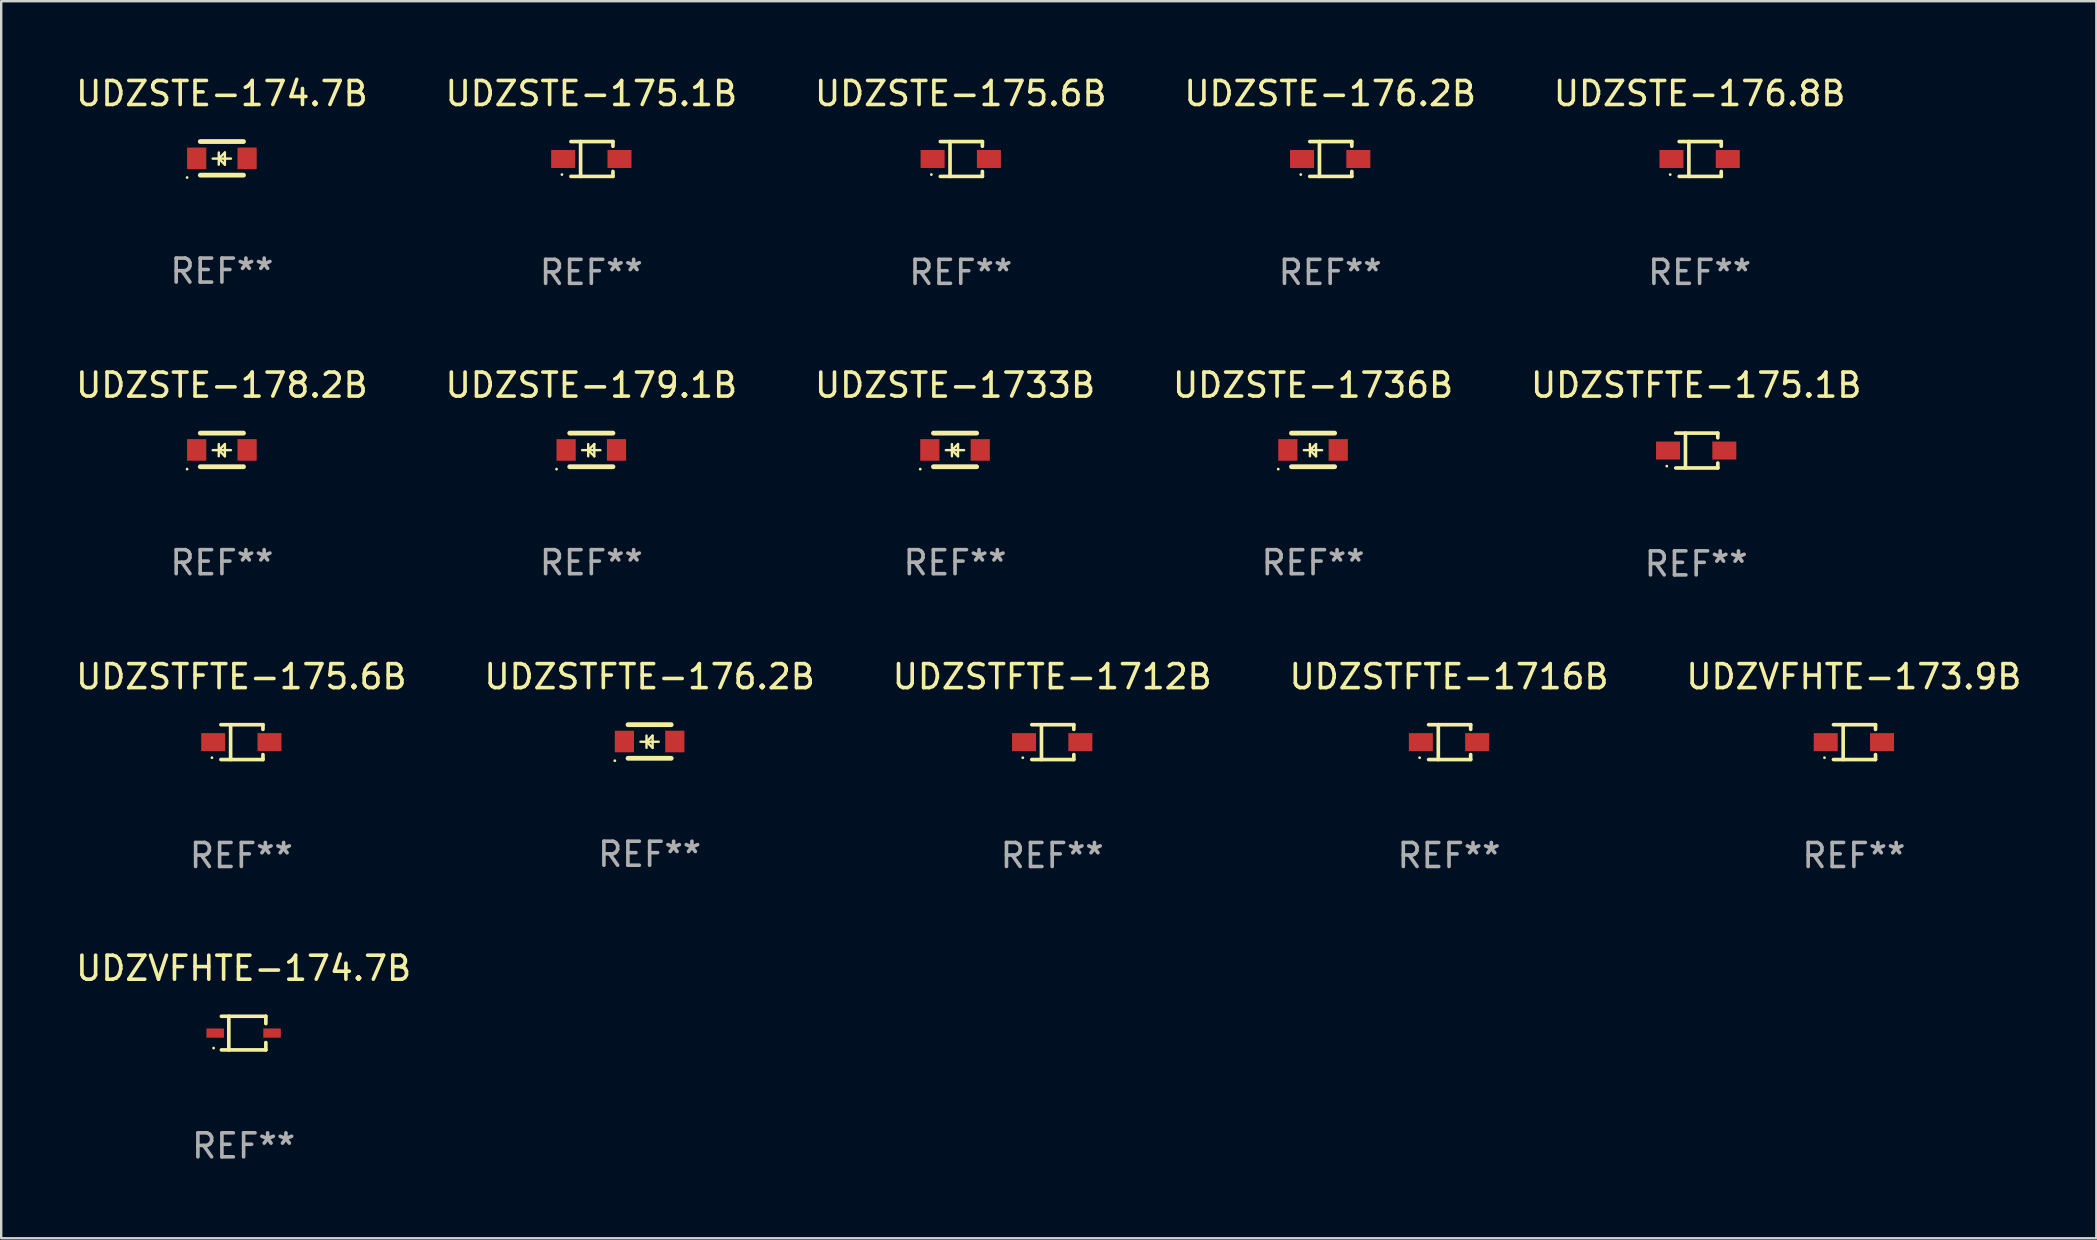
<source format=kicad_pcb>
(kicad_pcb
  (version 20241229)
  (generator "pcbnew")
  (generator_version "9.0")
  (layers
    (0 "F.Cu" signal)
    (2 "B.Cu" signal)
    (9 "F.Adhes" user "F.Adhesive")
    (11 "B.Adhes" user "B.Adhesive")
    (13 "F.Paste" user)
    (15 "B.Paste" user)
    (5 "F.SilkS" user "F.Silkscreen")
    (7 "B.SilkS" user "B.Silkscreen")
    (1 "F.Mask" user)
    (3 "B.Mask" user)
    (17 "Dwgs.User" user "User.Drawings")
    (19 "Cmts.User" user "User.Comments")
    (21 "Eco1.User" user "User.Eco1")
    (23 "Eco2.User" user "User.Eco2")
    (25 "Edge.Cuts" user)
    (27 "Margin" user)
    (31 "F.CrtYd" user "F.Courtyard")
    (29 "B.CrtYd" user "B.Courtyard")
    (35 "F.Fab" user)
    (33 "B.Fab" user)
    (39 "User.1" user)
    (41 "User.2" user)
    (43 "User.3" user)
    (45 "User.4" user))
  (footprint "UDZSTE-1733B"
    (layer "F.Cu")
    (at 36.744 15.697)
    (property "Reference" "UDZSTE-1733B" (at 0 -2.7 0) (layer "F.SilkS") (effects (font (size 1 1) (thickness 0.15))))
    (attr through_hole)
    (fp_line (start -0.9 -0.7) (end 0.9 -0.7) (stroke (width 0.2) (type solid)) (layer "F.SilkS"))
    (fp_line (start -0.9 0.7) (end 0.9 0.7) (stroke (width 0.2) (type solid)) (layer "F.SilkS"))
    (fp_line (start -0.13 0.01) (end 0.124 0.264) (stroke (width 0.1) (type solid)) (layer "F.SilkS"))
    (fp_line (start -0.13 0.264) (end -0.13 -0.244) (stroke (width 0.1) (type solid)) (layer "F.SilkS"))
    (fp_line (start 0.124 -0.244) (end -0.13 0.01) (stroke (width 0.1) (type solid)) (layer "F.SilkS"))
    (fp_line (start 0.124 0.264) (end 0.124 -0.244) (stroke (width 0.1) (type solid)) (layer "F.SilkS"))
    (fp_line (start 0.378 0.01) (end -0.384 0.01) (stroke (width 0.1) (type solid)) (layer "F.SilkS"))
    (fp_circle (center -1.45 0.8) (end -1.42 0.8) (stroke (width 0.06) (type solid)) (fill no) (layer "F.SilkS"))
    (fp_text user "REF**" (at 0 4.7 0) (layer "F.Fab") (effects (font (size 1 1) (thickness 0.15))))
    (pad "1" smd rect (at -1.05 0 270) (size 0.9 0.8) (layers "F.Cu" "F.Mask" "F.Paste"))
    (pad "2" smd rect (at 1.05 0 270) (size 0.9 0.8) (layers "F.Cu" "F.Mask" "F.Paste")))
  (footprint "UDZSTE-175.6B"
    (layer "F.Cu")
    (at 36.982 3.574)
    (property "Reference" "UDZSTE-175.6B" (at 0 -2.726 0) (layer "F.SilkS") (effects (font (size 1 1) (thickness 0.15))))
    (attr through_hole)
    (fp_line (start -0.851 -0.726) (end 0.901 -0.726) (stroke (width 0.152) (type solid)) (layer "F.SilkS"))
    (fp_line (start -0.851 0.726) (end 0.901 0.726) (stroke (width 0.152) (type solid)) (layer "F.SilkS"))
    (fp_line (start -0.447 -0.726) (end -0.447 0.726) (stroke (width 0.152) (type solid)) (layer "F.SilkS"))
    (fp_line (start 0.901 -0.726) (end 0.901 -0.53) (stroke (width 0.152) (type solid)) (layer "F.SilkS"))
    (fp_line (start 0.901 0.726) (end 0.901 0.52) (stroke (width 0.152) (type solid)) (layer "F.SilkS"))
    (fp_circle (center -1.225 0.65) (end -1.195 0.65) (stroke (width 0.06) (type solid)) (fill no) (layer "F.SilkS"))
    (fp_text user "REF**" (at 0 4.726 0) (layer "F.Fab") (effects (font (size 1 1) (thickness 0.15))))
    (pad "1" smd rect (at -1.173 0) (size 1 0.75) (layers "F.Cu" "F.Mask" "F.Paste"))
    (pad "2" smd rect (at 1.173 0) (size 1 0.75) (layers "F.Cu" "F.Mask" "F.Paste")))
  (footprint "UDZVFHTE-174.7B"
    (layer "F.Cu")
    (at 7.101 39.996)
    (property "Reference" "UDZVFHTE-174.7B" (at 0 -2.701 0) (layer "F.SilkS") (effects (font (size 1 1) (thickness 0.15))))
    (attr through_hole)
    (fp_line (start -0.926 -0.701) (end 0.926 -0.701) (stroke (width 0.152) (type solid)) (layer "F.SilkS"))
    (fp_line (start -0.926 0.701) (end 0.926 0.701) (stroke (width 0.152) (type solid)) (layer "F.SilkS"))
    (fp_line (start -0.617 -0.701) (end -0.617 0.701) (stroke (width 0.152) (type solid)) (layer "F.SilkS"))
    (fp_line (start 0.926 -0.701) (end 0.926 -0.396) (stroke (width 0.152) (type solid)) (layer "F.SilkS"))
    (fp_line (start 0.926 0.701) (end 0.926 0.396) (stroke (width 0.152) (type solid)) (layer "F.SilkS"))
    (fp_circle (center -1.25 0.625) (end -1.22 0.625) (stroke (width 0.06) (type solid)) (fill no) (layer "F.SilkS"))
    (fp_text user "REF**" (at 0 4.701 0) (layer "F.Fab") (effects (font (size 1 1) (thickness 0.15))))
    (pad "1" smd rect (at -1.185 0 180) (size 0.73 0.385) (layers "F.Cu" "F.Mask" "F.Paste"))
    (pad "2" smd rect (at 1.185 0 180) (size 0.73 0.385) (layers "F.Cu" "F.Mask" "F.Paste")))
  (footprint "UDZSTFTE-175.1B"
    (layer "F.Cu")
    (at 67.625 15.723)
    (property "Reference" "UDZSTFTE-175.1B" (at 0 -2.726 0) (layer "F.SilkS") (effects (font (size 1 1) (thickness 0.15))))
    (attr through_hole)
    (fp_line (start -0.851 -0.726) (end 0.901 -0.726) (stroke (width 0.152) (type solid)) (layer "F.SilkS"))
    (fp_line (start -0.851 0.726) (end 0.901 0.726) (stroke (width 0.152) (type solid)) (layer "F.SilkS"))
    (fp_line (start -0.447 -0.726) (end -0.447 0.726) (stroke (width 0.152) (type solid)) (layer "F.SilkS"))
    (fp_line (start 0.901 -0.726) (end 0.901 -0.53) (stroke (width 0.152) (type solid)) (layer "F.SilkS"))
    (fp_line (start 0.901 0.726) (end 0.901 0.52) (stroke (width 0.152) (type solid)) (layer "F.SilkS"))
    (fp_circle (center -1.225 0.65) (end -1.195 0.65) (stroke (width 0.06) (type solid)) (fill no) (layer "F.SilkS"))
    (fp_text user "REF**" (at 0 4.726 0) (layer "F.Fab") (effects (font (size 1 1) (thickness 0.15))))
    (pad "1" smd rect (at -1.173 0) (size 1 0.75) (layers "F.Cu" "F.Mask" "F.Paste"))
    (pad "2" smd rect (at 1.173 0) (size 1 0.75) (layers "F.Cu" "F.Mask" "F.Paste")))
  (footprint "UDZVFHTE-173.9B"
    (layer "F.Cu")
    (at 74.196 27.872)
    (property "Reference" "UDZVFHTE-173.9B" (at 0 -2.726 0) (layer "F.SilkS") (effects (font (size 1 1) (thickness 0.15))))
    (attr through_hole)
    (fp_line (start -0.851 -0.726) (end 0.901 -0.726) (stroke (width 0.152) (type solid)) (layer "F.SilkS"))
    (fp_line (start -0.851 0.726) (end 0.901 0.726) (stroke (width 0.152) (type solid)) (layer "F.SilkS"))
    (fp_line (start -0.447 -0.726) (end -0.447 0.726) (stroke (width 0.152) (type solid)) (layer "F.SilkS"))
    (fp_line (start 0.901 -0.726) (end 0.901 -0.53) (stroke (width 0.152) (type solid)) (layer "F.SilkS"))
    (fp_line (start 0.901 0.726) (end 0.901 0.52) (stroke (width 0.152) (type solid)) (layer "F.SilkS"))
    (fp_circle (center -1.225 0.65) (end -1.195 0.65) (stroke (width 0.06) (type solid)) (fill no) (layer "F.SilkS"))
    (fp_text user "REF**" (at 0 4.726 0) (layer "F.Fab") (effects (font (size 1 1) (thickness 0.15))))
    (pad "1" smd rect (at -1.173 0) (size 1 0.75) (layers "F.Cu" "F.Mask" "F.Paste"))
    (pad "2" smd rect (at 1.173 0) (size 1 0.75) (layers "F.Cu" "F.Mask" "F.Paste")))
  (footprint "UDZSTE-174.7B"
    (layer "F.Cu")
    (at 6.196 3.548)
    (property "Reference" "UDZSTE-174.7B" (at 0 -2.7 0) (layer "F.SilkS") (effects (font (size 1 1) (thickness 0.15))))
    (attr through_hole)
    (fp_line (start -0.9 -0.7) (end 0.9 -0.7) (stroke (width 0.2) (type solid)) (layer "F.SilkS"))
    (fp_line (start -0.9 0.7) (end 0.9 0.7) (stroke (width 0.2) (type solid)) (layer "F.SilkS"))
    (fp_line (start -0.13 0.01) (end 0.124 0.264) (stroke (width 0.1) (type solid)) (layer "F.SilkS"))
    (fp_line (start -0.13 0.264) (end -0.13 -0.244) (stroke (width 0.1) (type solid)) (layer "F.SilkS"))
    (fp_line (start 0.124 -0.244) (end -0.13 0.01) (stroke (width 0.1) (type solid)) (layer "F.SilkS"))
    (fp_line (start 0.124 0.264) (end 0.124 -0.244) (stroke (width 0.1) (type solid)) (layer "F.SilkS"))
    (fp_line (start 0.378 0.01) (end -0.384 0.01) (stroke (width 0.1) (type solid)) (layer "F.SilkS"))
    (fp_circle (center -1.45 0.8) (end -1.42 0.8) (stroke (width 0.06) (type solid)) (fill no) (layer "F.SilkS"))
    (fp_text user "REF**" (at 0 4.7 0) (layer "F.Fab") (effects (font (size 1 1) (thickness 0.15))))
    (pad "1" smd rect (at -1.05 0 270) (size 0.9 0.8) (layers "F.Cu" "F.Mask" "F.Paste"))
    (pad "2" smd rect (at 1.05 0 270) (size 0.9 0.8) (layers "F.Cu" "F.Mask" "F.Paste")))
  (footprint "UDZSTE-175.1B"
    (layer "F.Cu")
    (at 21.589 3.574)
    (property "Reference" "UDZSTE-175.1B" (at 0 -2.726 0) (layer "F.SilkS") (effects (font (size 1 1) (thickness 0.15))))
    (attr through_hole)
    (fp_line (start -0.851 -0.726) (end 0.901 -0.726) (stroke (width 0.152) (type solid)) (layer "F.SilkS"))
    (fp_line (start -0.851 0.726) (end 0.901 0.726) (stroke (width 0.152) (type solid)) (layer "F.SilkS"))
    (fp_line (start -0.447 -0.726) (end -0.447 0.726) (stroke (width 0.152) (type solid)) (layer "F.SilkS"))
    (fp_line (start 0.901 -0.726) (end 0.901 -0.53) (stroke (width 0.152) (type solid)) (layer "F.SilkS"))
    (fp_line (start 0.901 0.726) (end 0.901 0.52) (stroke (width 0.152) (type solid)) (layer "F.SilkS"))
    (fp_circle (center -1.225 0.65) (end -1.195 0.65) (stroke (width 0.06) (type solid)) (fill no) (layer "F.SilkS"))
    (fp_text user "REF**" (at 0 4.726 0) (layer "F.Fab") (effects (font (size 1 1) (thickness 0.15))))
    (pad "1" smd rect (at -1.173 0) (size 1 0.75) (layers "F.Cu" "F.Mask" "F.Paste"))
    (pad "2" smd rect (at 1.173 0) (size 1 0.75) (layers "F.Cu" "F.Mask" "F.Paste")))
  (footprint "UDZSTFTE-1716B"
    (layer "F.Cu")
    (at 57.327 27.872)
    (property "Reference" "UDZSTFTE-1716B" (at 0 -2.726 0) (layer "F.SilkS") (effects (font (size 1 1) (thickness 0.15))))
    (attr through_hole)
    (fp_line (start -0.851 -0.726) (end 0.901 -0.726) (stroke (width 0.152) (type solid)) (layer "F.SilkS"))
    (fp_line (start -0.851 0.726) (end 0.901 0.726) (stroke (width 0.152) (type solid)) (layer "F.SilkS"))
    (fp_line (start -0.447 -0.726) (end -0.447 0.726) (stroke (width 0.152) (type solid)) (layer "F.SilkS"))
    (fp_line (start 0.901 -0.726) (end 0.901 -0.53) (stroke (width 0.152) (type solid)) (layer "F.SilkS"))
    (fp_line (start 0.901 0.726) (end 0.901 0.52) (stroke (width 0.152) (type solid)) (layer "F.SilkS"))
    (fp_circle (center -1.225 0.65) (end -1.195 0.65) (stroke (width 0.06) (type solid)) (fill no) (layer "F.SilkS"))
    (fp_text user "REF**" (at 0 4.726 0) (layer "F.Fab") (effects (font (size 1 1) (thickness 0.15))))
    (pad "1" smd rect (at -1.173 0) (size 1 0.75) (layers "F.Cu" "F.Mask" "F.Paste"))
    (pad "2" smd rect (at 1.173 0) (size 1 0.75) (layers "F.Cu" "F.Mask" "F.Paste")))
  (footprint "UDZSTE-179.1B"
    (layer "F.Cu")
    (at 21.589 15.697)
    (property "Reference" "UDZSTE-179.1B" (at 0 -2.7 0) (layer "F.SilkS") (effects (font (size 1 1) (thickness 0.15))))
    (attr through_hole)
    (fp_line (start -0.9 -0.7) (end 0.9 -0.7) (stroke (width 0.2) (type solid)) (layer "F.SilkS"))
    (fp_line (start -0.9 0.7) (end 0.9 0.7) (stroke (width 0.2) (type solid)) (layer "F.SilkS"))
    (fp_line (start -0.13 0.01) (end 0.124 0.264) (stroke (width 0.1) (type solid)) (layer "F.SilkS"))
    (fp_line (start -0.13 0.264) (end -0.13 -0.244) (stroke (width 0.1) (type solid)) (layer "F.SilkS"))
    (fp_line (start 0.124 -0.244) (end -0.13 0.01) (stroke (width 0.1) (type solid)) (layer "F.SilkS"))
    (fp_line (start 0.124 0.264) (end 0.124 -0.244) (stroke (width 0.1) (type solid)) (layer "F.SilkS"))
    (fp_line (start 0.378 0.01) (end -0.384 0.01) (stroke (width 0.1) (type solid)) (layer "F.SilkS"))
    (fp_circle (center -1.45 0.8) (end -1.42 0.8) (stroke (width 0.06) (type solid)) (fill no) (layer "F.SilkS"))
    (fp_text user "REF**" (at 0 4.7 0) (layer "F.Fab") (effects (font (size 1 1) (thickness 0.15))))
    (pad "1" smd rect (at -1.05 0 270) (size 0.9 0.8) (layers "F.Cu" "F.Mask" "F.Paste"))
    (pad "2" smd rect (at 1.05 0 270) (size 0.9 0.8) (layers "F.Cu" "F.Mask" "F.Paste")))
  (footprint "UDZSTFTE-175.6B"
    (layer "F.Cu")
    (at 7.006 27.872)
    (property "Reference" "UDZSTFTE-175.6B" (at 0 -2.726 0) (layer "F.SilkS") (effects (font (size 1 1) (thickness 0.15))))
    (attr through_hole)
    (fp_line (start -0.851 -0.726) (end 0.901 -0.726) (stroke (width 0.152) (type solid)) (layer "F.SilkS"))
    (fp_line (start -0.851 0.726) (end 0.901 0.726) (stroke (width 0.152) (type solid)) (layer "F.SilkS"))
    (fp_line (start -0.447 -0.726) (end -0.447 0.726) (stroke (width 0.152) (type solid)) (layer "F.SilkS"))
    (fp_line (start 0.901 -0.726) (end 0.901 -0.53) (stroke (width 0.152) (type solid)) (layer "F.SilkS"))
    (fp_line (start 0.901 0.726) (end 0.901 0.52) (stroke (width 0.152) (type solid)) (layer "F.SilkS"))
    (fp_circle (center -1.225 0.65) (end -1.195 0.65) (stroke (width 0.06) (type solid)) (fill no) (layer "F.SilkS"))
    (fp_text user "REF**" (at 0 4.726 0) (layer "F.Fab") (effects (font (size 1 1) (thickness 0.15))))
    (pad "1" smd rect (at -1.173 0) (size 1 0.75) (layers "F.Cu" "F.Mask" "F.Paste"))
    (pad "2" smd rect (at 1.173 0) (size 1 0.75) (layers "F.Cu" "F.Mask" "F.Paste")))
  (footprint "UDZSTE-176.8B"
    (layer "F.Cu")
    (at 67.768 3.574)
    (property "Reference" "UDZSTE-176.8B" (at 0 -2.726 0) (layer "F.SilkS") (effects (font (size 1 1) (thickness 0.15))))
    (attr through_hole)
    (fp_line (start -0.851 -0.726) (end 0.901 -0.726) (stroke (width 0.152) (type solid)) (layer "F.SilkS"))
    (fp_line (start -0.851 0.726) (end 0.901 0.726) (stroke (width 0.152) (type solid)) (layer "F.SilkS"))
    (fp_line (start -0.447 -0.726) (end -0.447 0.726) (stroke (width 0.152) (type solid)) (layer "F.SilkS"))
    (fp_line (start 0.901 -0.726) (end 0.901 -0.53) (stroke (width 0.152) (type solid)) (layer "F.SilkS"))
    (fp_line (start 0.901 0.726) (end 0.901 0.52) (stroke (width 0.152) (type solid)) (layer "F.SilkS"))
    (fp_circle (center -1.225 0.65) (end -1.195 0.65) (stroke (width 0.06) (type solid)) (fill no) (layer "F.SilkS"))
    (fp_text user "REF**" (at 0 4.726 0) (layer "F.Fab") (effects (font (size 1 1) (thickness 0.15))))
    (pad "1" smd rect (at -1.173 0) (size 1 0.75) (layers "F.Cu" "F.Mask" "F.Paste"))
    (pad "2" smd rect (at 1.173 0) (size 1 0.75) (layers "F.Cu" "F.Mask" "F.Paste")))
  (footprint "UDZSTE-178.2B"
    (layer "F.Cu")
    (at 6.196 15.697)
    (property "Reference" "UDZSTE-178.2B" (at 0 -2.7 0) (layer "F.SilkS") (effects (font (size 1 1) (thickness 0.15))))
    (attr through_hole)
    (fp_line (start -0.9 -0.7) (end 0.9 -0.7) (stroke (width 0.2) (type solid)) (layer "F.SilkS"))
    (fp_line (start -0.9 0.7) (end 0.9 0.7) (stroke (width 0.2) (type solid)) (layer "F.SilkS"))
    (fp_line (start -0.13 0.01) (end 0.124 0.264) (stroke (width 0.1) (type solid)) (layer "F.SilkS"))
    (fp_line (start -0.13 0.264) (end -0.13 -0.244) (stroke (width 0.1) (type solid)) (layer "F.SilkS"))
    (fp_line (start 0.124 -0.244) (end -0.13 0.01) (stroke (width 0.1) (type solid)) (layer "F.SilkS"))
    (fp_line (start 0.124 0.264) (end 0.124 -0.244) (stroke (width 0.1) (type solid)) (layer "F.SilkS"))
    (fp_line (start 0.378 0.01) (end -0.384 0.01) (stroke (width 0.1) (type solid)) (layer "F.SilkS"))
    (fp_circle (center -1.45 0.8) (end -1.42 0.8) (stroke (width 0.06) (type solid)) (fill no) (layer "F.SilkS"))
    (fp_text user "REF**" (at 0 4.7 0) (layer "F.Fab") (effects (font (size 1 1) (thickness 0.15))))
    (pad "1" smd rect (at -1.05 0 270) (size 0.9 0.8) (layers "F.Cu" "F.Mask" "F.Paste"))
    (pad "2" smd rect (at 1.05 0 270) (size 0.9 0.8) (layers "F.Cu" "F.Mask" "F.Paste")))
  (footprint "UDZSTFTE-176.2B"
    (layer "F.Cu")
    (at 24.018 27.846)
    (property "Reference" "UDZSTFTE-176.2B" (at 0 -2.7 0) (layer "F.SilkS") (effects (font (size 1 1) (thickness 0.15))))
    (attr through_hole)
    (fp_line (start -0.9 -0.7) (end 0.9 -0.7) (stroke (width 0.2) (type solid)) (layer "F.SilkS"))
    (fp_line (start -0.9 0.7) (end 0.9 0.7) (stroke (width 0.2) (type solid)) (layer "F.SilkS"))
    (fp_line (start -0.13 0.01) (end 0.124 0.264) (stroke (width 0.1) (type solid)) (layer "F.SilkS"))
    (fp_line (start -0.13 0.264) (end -0.13 -0.244) (stroke (width 0.1) (type solid)) (layer "F.SilkS"))
    (fp_line (start 0.124 -0.244) (end -0.13 0.01) (stroke (width 0.1) (type solid)) (layer "F.SilkS"))
    (fp_line (start 0.124 0.264) (end 0.124 -0.244) (stroke (width 0.1) (type solid)) (layer "F.SilkS"))
    (fp_line (start 0.378 0.01) (end -0.384 0.01) (stroke (width 0.1) (type solid)) (layer "F.SilkS"))
    (fp_circle (center -1.45 0.8) (end -1.42 0.8) (stroke (width 0.06) (type solid)) (fill no) (layer "F.SilkS"))
    (fp_text user "REF**" (at 0 4.7 0) (layer "F.Fab") (effects (font (size 1 1) (thickness 0.15))))
    (pad "1" smd rect (at -1.05 0 270) (size 0.9 0.8) (layers "F.Cu" "F.Mask" "F.Paste"))
    (pad "2" smd rect (at 1.05 0 270) (size 0.9 0.8) (layers "F.Cu" "F.Mask" "F.Paste")))
  (footprint "UDZSTE-1736B"
    (layer "F.Cu")
    (at 51.661 15.697)
    (property "Reference" "UDZSTE-1736B" (at 0 -2.7 0) (layer "F.SilkS") (effects (font (size 1 1) (thickness 0.15))))
    (attr through_hole)
    (fp_line (start -0.9 -0.7) (end 0.9 -0.7) (stroke (width 0.2) (type solid)) (layer "F.SilkS"))
    (fp_line (start -0.9 0.7) (end 0.9 0.7) (stroke (width 0.2) (type solid)) (layer "F.SilkS"))
    (fp_line (start -0.13 0.01) (end 0.124 0.264) (stroke (width 0.1) (type solid)) (layer "F.SilkS"))
    (fp_line (start -0.13 0.264) (end -0.13 -0.244) (stroke (width 0.1) (type solid)) (layer "F.SilkS"))
    (fp_line (start 0.124 -0.244) (end -0.13 0.01) (stroke (width 0.1) (type solid)) (layer "F.SilkS"))
    (fp_line (start 0.124 0.264) (end 0.124 -0.244) (stroke (width 0.1) (type solid)) (layer "F.SilkS"))
    (fp_line (start 0.378 0.01) (end -0.384 0.01) (stroke (width 0.1) (type solid)) (layer "F.SilkS"))
    (fp_circle (center -1.45 0.8) (end -1.42 0.8) (stroke (width 0.06) (type solid)) (fill no) (layer "F.SilkS"))
    (fp_text user "REF**" (at 0 4.7 0) (layer "F.Fab") (effects (font (size 1 1) (thickness 0.15))))
    (pad "1" smd rect (at -1.05 0 270) (size 0.9 0.8) (layers "F.Cu" "F.Mask" "F.Paste"))
    (pad "2" smd rect (at 1.05 0 270) (size 0.9 0.8) (layers "F.Cu" "F.Mask" "F.Paste")))
  (footprint "UDZSTFTE-1712B"
    (layer "F.Cu")
    (at 40.792 27.872)
    (property "Reference" "UDZSTFTE-1712B" (at 0 -2.726 0) (layer "F.SilkS") (effects (font (size 1 1) (thickness 0.15))))
    (attr through_hole)
    (fp_line (start -0.851 -0.726) (end 0.901 -0.726) (stroke (width 0.152) (type solid)) (layer "F.SilkS"))
    (fp_line (start -0.851 0.726) (end 0.901 0.726) (stroke (width 0.152) (type solid)) (layer "F.SilkS"))
    (fp_line (start -0.447 -0.726) (end -0.447 0.726) (stroke (width 0.152) (type solid)) (layer "F.SilkS"))
    (fp_line (start 0.901 -0.726) (end 0.901 -0.53) (stroke (width 0.152) (type solid)) (layer "F.SilkS"))
    (fp_line (start 0.901 0.726) (end 0.901 0.52) (stroke (width 0.152) (type solid)) (layer "F.SilkS"))
    (fp_circle (center -1.225 0.65) (end -1.195 0.65) (stroke (width 0.06) (type solid)) (fill no) (layer "F.SilkS"))
    (fp_text user "REF**" (at 0 4.726 0) (layer "F.Fab") (effects (font (size 1 1) (thickness 0.15))))
    (pad "1" smd rect (at -1.173 0) (size 1 0.75) (layers "F.Cu" "F.Mask" "F.Paste"))
    (pad "2" smd rect (at 1.173 0) (size 1 0.75) (layers "F.Cu" "F.Mask" "F.Paste")))
  (footprint "UDZSTE-176.2B"
    (layer "F.Cu")
    (at 52.375 3.574)
    (property "Reference" "UDZSTE-176.2B" (at 0 -2.726 0) (layer "F.SilkS") (effects (font (size 1 1) (thickness 0.15))))
    (attr through_hole)
    (fp_line (start -0.851 -0.726) (end 0.901 -0.726) (stroke (width 0.152) (type solid)) (layer "F.SilkS"))
    (fp_line (start -0.851 0.726) (end 0.901 0.726) (stroke (width 0.152) (type solid)) (layer "F.SilkS"))
    (fp_line (start -0.447 -0.726) (end -0.447 0.726) (stroke (width 0.152) (type solid)) (layer "F.SilkS"))
    (fp_line (start 0.901 -0.726) (end 0.901 -0.53) (stroke (width 0.152) (type solid)) (layer "F.SilkS"))
    (fp_line (start 0.901 0.726) (end 0.901 0.52) (stroke (width 0.152) (type solid)) (layer "F.SilkS"))
    (fp_circle (center -1.225 0.65) (end -1.195 0.65) (stroke (width 0.06) (type solid)) (fill no) (layer "F.SilkS"))
    (fp_text user "REF**" (at 0 4.726 0) (layer "F.Fab") (effects (font (size 1 1) (thickness 0.15))))
    (pad "1" smd rect (at -1.173 0) (size 1 0.75) (layers "F.Cu" "F.Mask" "F.Paste"))
    (pad "2" smd rect (at 1.173 0) (size 1 0.75) (layers "F.Cu" "F.Mask" "F.Paste")))
  (gr_rect
    (start -3 -3)
    (end 84.298 48.546)
    (stroke (width 0.1) (type default))
    (fill no)
    (layer "Edge.Cuts")))
</source>
